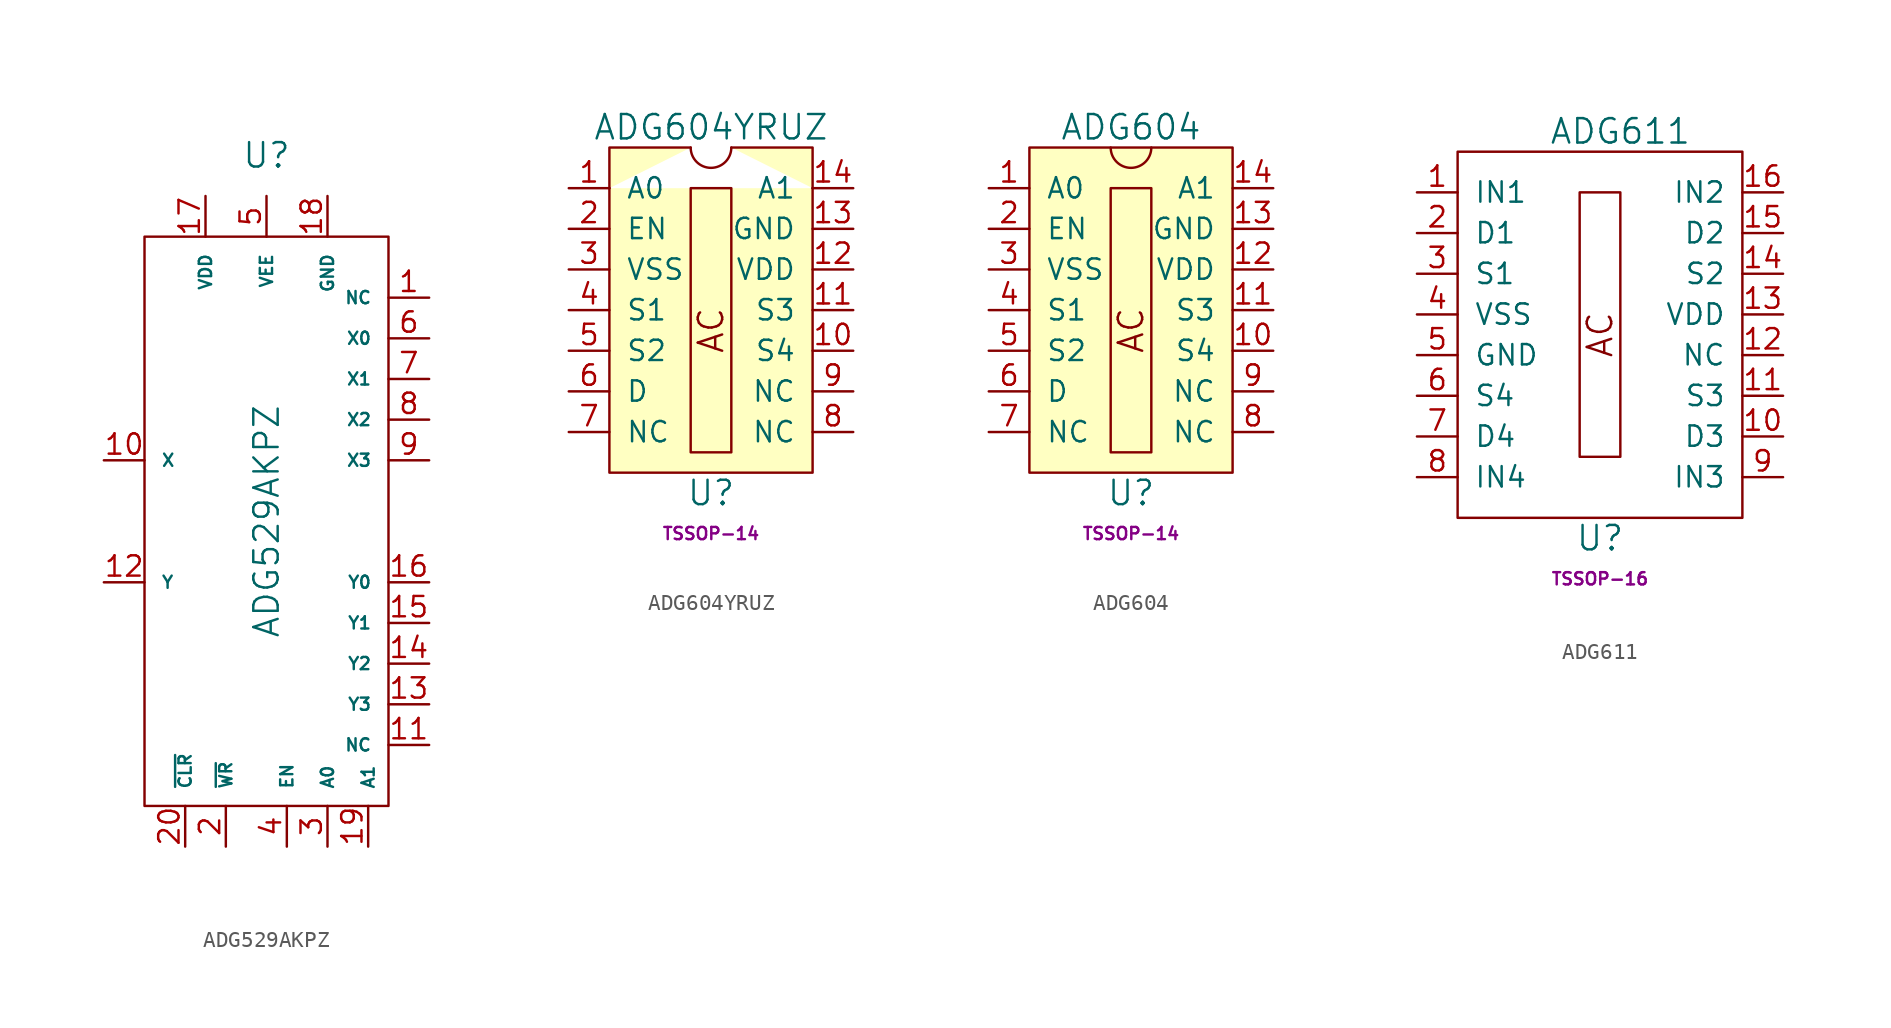
<source format=kicad_sym>
(kicad_symbol_lib
  (version 20220914)
  (generator kicad_symbol_editor)
  (symbol "ADG529AKPZ"
    (pin_names
      (offset 1.016))
    (property "Reference" "U"
      (at 0 22.86 0)
      (effects (font (size 1.524 1.524))))
    (property "Value" "ADG529AKPZ"
      (at 0 0 90)
      (effects (font (size 1.524 1.524))))
    (property "Footprint" ""
      (at 0 0 0)
      (effects (font (size 1.524 1.524))))
    (property "Datasheet" ""
      (at 0 0 0)
      (effects (font (size 1.524 1.524))))
    (symbol "ADG529AKPZ_0_1"
      (polyline (pts (xy 5.08 -17.78) (xy 7.62 -17.78) (xy 7.62 17.78) (xy -6.35 17.78) (xy -7.62 17.78) (xy -7.62 -17.78) (xy 5.08 -17.78) (xy 5.08 -17.78)) (stroke (width 0) (type default)) (fill (type none))))
    (symbol "ADG529AKPZ_1_1"
      (pin input line (at 10.16 13.97 180) (length 2.54) (name "NC" (effects (font (size 0.762 0.762)))) (number "1" (effects (font (size 1.27 1.27)))))
      (pin input line (at -10.16 3.81 0) (length 2.54) (name "X" (effects (font (size 0.762 0.762)))) (number "10" (effects (font (size 1.27 1.27)))))
      (pin input line (at 10.16 -13.97 180) (length 2.54) (name "NC" (effects (font (size 0.762 0.762)))) (number "11" (effects (font (size 1.27 1.27)))))
      (pin input line (at -10.16 -3.81 0) (length 2.54) (name "Y" (effects (font (size 0.762 0.762)))) (number "12" (effects (font (size 1.27 1.27)))))
      (pin input line (at 10.16 -11.43 180) (length 2.54) (name "Y3" (effects (font (size 0.762 0.762)))) (number "13" (effects (font (size 1.27 1.27)))))
      (pin input line (at 10.16 -8.89 180) (length 2.54) (name "Y2" (effects (font (size 0.762 0.762)))) (number "14" (effects (font (size 1.27 1.27)))))
      (pin input line (at 10.16 -6.35 180) (length 2.54) (name "Y1" (effects (font (size 0.762 0.762)))) (number "15" (effects (font (size 1.27 1.27)))))
      (pin input line (at 10.16 -3.81 180) (length 2.54) (name "Y0" (effects (font (size 0.762 0.762)))) (number "16" (effects (font (size 1.27 1.27)))))
      (pin input line (at -3.81 20.32 270) (length 2.54) (name "VDD" (effects (font (size 0.762 0.762)))) (number "17" (effects (font (size 1.27 1.27)))))
      (pin input line (at 3.81 20.32 270) (length 2.54) (name "GND" (effects (font (size 0.762 0.762)))) (number "18" (effects (font (size 1.27 1.27)))))
      (pin input line (at 6.35 -20.32 90) (length 2.54) (name "A1" (effects (font (size 0.762 0.762)))) (number "19" (effects (font (size 1.27 1.27)))))
      (pin input line (at -2.54 -20.32 90) (length 2.54) (name "~{WR}" (effects (font (size 0.762 0.762)))) (number "2" (effects (font (size 1.27 1.27)))))
      (pin passive line (at -5.08 -20.32 90) (length 2.54) (name "~{CLR}" (effects (font (size 0.762 0.762)))) (number "20" (effects (font (size 1.27 1.27)))))
      (pin input line (at 3.81 -20.32 90) (length 2.54) (name "A0" (effects (font (size 0.762 0.762)))) (number "3" (effects (font (size 1.27 1.27)))))
      (pin input line (at 1.27 -20.32 90) (length 2.54) (name "EN" (effects (font (size 0.762 0.762)))) (number "4" (effects (font (size 1.27 1.27)))))
      (pin input line (at 0 20.32 270) (length 2.54) (name "VEE" (effects (font (size 0.762 0.762)))) (number "5" (effects (font (size 1.27 1.27)))))
      (pin input line (at 10.16 11.43 180) (length 2.54) (name "X0" (effects (font (size 0.762 0.762)))) (number "6" (effects (font (size 1.27 1.27)))))
      (pin input line (at 10.16 8.89 180) (length 2.54) (name "X1" (effects (font (size 0.762 0.762)))) (number "7" (effects (font (size 1.27 1.27)))))
      (pin input line (at 10.16 6.35 180) (length 2.54) (name "X2" (effects (font (size 0.762 0.762)))) (number "8" (effects (font (size 1.27 1.27)))))
      (pin input line (at 10.16 3.81 180) (length 2.54) (name "X3" (effects (font (size 0.762 0.762)))) (number "9" (effects (font (size 1.27 1.27)))))))
  (symbol "ADG604YRUZ"
    (pin_names
      (offset 1.016))
    (property "Reference" "U"
      (at 0 -10.16 0)
      (effects (font (size 1.524 1.524))))
    (property "Value" "ADG604YRUZ"
      (at 0 12.7 0)
      (effects (font (size 1.524 1.524))))
    (property "Footprint" "TSSOP-14"
      (at 0 -12.7 0)
      (effects (font (size 0.762 0.762))))
    (property "Datasheet" ""
      (at 0 0 0)
      (effects (font (size 1.524 1.524))))
    (symbol "ADG604YRUZ_0_0"
      (text "AC" (at 0 0 900) (effects (font (size 1.524 1.524)))))
    (symbol "ADG604YRUZ_0_1"
      (arc (start -1.27 11.43) (mid 0 10.1655) (end 1.27 11.43) (stroke (width 0) (type default)) (fill (type none)))
      (polyline (pts (xy -6.35 8.89) (xy -6.35 11.43) (xy -1.27 11.43) (xy -1.27 11.43)) (stroke (width 0) (type default)) (fill (type background)))
      (polyline (pts (xy 1.27 11.43) (xy 6.35 11.43) (xy 6.35 8.89) (xy 6.35 8.89)) (stroke (width 0) (type default)) (fill (type background)))
      (polyline (pts (xy -6.35 8.89) (xy -6.35 -8.89) (xy 6.35 -8.89) (xy 6.35 8.89) (xy 6.35 8.89)) (stroke (width 0) (type default)) (fill (type background)))
      (polyline (pts (xy -1.27 8.89) (xy 1.27 8.89) (xy 1.27 -7.62) (xy -1.27 -7.62) (xy -1.27 8.89) (xy -1.27 8.89)) (stroke (width 0) (type default)) (fill (type none))))
    (symbol "ADG604YRUZ_1_1"
      (pin bidirectional line (at -8.89 8.89 0) (length 2.54) (name "A0" (effects (font (size 1.27 1.27)))) (number "1" (effects (font (size 1.27 1.27)))))
      (pin bidirectional line (at 8.89 -1.27 180) (length 2.54) (name "S4" (effects (font (size 1.27 1.27)))) (number "10" (effects (font (size 1.27 1.27)))))
      (pin bidirectional line (at 8.89 1.27 180) (length 2.54) (name "S3" (effects (font (size 1.27 1.27)))) (number "11" (effects (font (size 1.27 1.27)))))
      (pin bidirectional line (at 8.89 3.81 180) (length 2.54) (name "VDD" (effects (font (size 1.27 1.27)))) (number "12" (effects (font (size 1.27 1.27)))))
      (pin bidirectional line (at 8.89 6.35 180) (length 2.54) (name "GND" (effects (font (size 1.27 1.27)))) (number "13" (effects (font (size 1.27 1.27)))))
      (pin bidirectional line (at 8.89 8.89 180) (length 2.54) (name "A1" (effects (font (size 1.27 1.27)))) (number "14" (effects (font (size 1.27 1.27)))))
      (pin bidirectional line (at -8.89 6.35 0) (length 2.54) (name "EN" (effects (font (size 1.27 1.27)))) (number "2" (effects (font (size 1.27 1.27)))))
      (pin bidirectional line (at -8.89 3.81 0) (length 2.54) (name "VSS" (effects (font (size 1.27 1.27)))) (number "3" (effects (font (size 1.27 1.27)))))
      (pin bidirectional line (at -8.89 1.27 0) (length 2.54) (name "S1" (effects (font (size 1.27 1.27)))) (number "4" (effects (font (size 1.27 1.27)))))
      (pin bidirectional line (at -8.89 -1.27 0) (length 2.54) (name "S2" (effects (font (size 1.27 1.27)))) (number "5" (effects (font (size 1.27 1.27)))))
      (pin bidirectional line (at -8.89 -3.81 0) (length 2.54) (name "D" (effects (font (size 1.27 1.27)))) (number "6" (effects (font (size 1.27 1.27)))))
      (pin bidirectional line (at -8.89 -6.35 0) (length 2.54) (name "NC" (effects (font (size 1.27 1.27)))) (number "7" (effects (font (size 1.27 1.27)))))
      (pin bidirectional line (at 8.89 -6.35 180) (length 2.54) (name "NC" (effects (font (size 1.27 1.27)))) (number "8" (effects (font (size 1.27 1.27)))))
      (pin bidirectional line (at 8.89 -3.81 180) (length 2.54) (name "NC" (effects (font (size 1.27 1.27)))) (number "9" (effects (font (size 1.27 1.27)))))))
  (symbol "ADG604"
    (pin_names
      (offset 1.016))
    (property "Reference" "U"
      (at 0 -10.16 0)
      (effects (font (size 1.524 1.524))))
    (property "Value" "ADG604"
      (at 0 12.7 0)
      (effects (font (size 1.524 1.524))))
    (property "Footprint" "TSSOP-14"
      (at 0 -12.7 0)
      (effects (font (size 0.762 0.762))))
    (property "Datasheet" ""
      (at 0 0 0)
      (effects (font (size 1.524 1.524))))
    (symbol "ADG604_0_0"
      (text "AC" (at 0 0 900) (effects (font (size 1.524 1.524)))))
    (symbol "ADG604_0_1"
      (rectangle (start -6.35 11.43) (end 6.35 -8.89) (stroke (width 0) (type default)) (fill (type background)))
      (arc (start -1.27 11.43) (mid 0 10.1655) (end 1.27 11.43) (stroke (width 0) (type default)) (fill (type none)))
      (polyline (pts (xy -1.27 8.89) (xy 1.27 8.89) (xy 1.27 -7.62) (xy -1.27 -7.62) (xy -1.27 8.89) (xy -1.27 8.89)) (stroke (width 0) (type default)) (fill (type none))))
    (symbol "ADG604_1_1"
      (pin bidirectional line (at -8.89 8.89 0) (length 2.54) (name "A0" (effects (font (size 1.27 1.27)))) (number "1" (effects (font (size 1.27 1.27)))))
      (pin bidirectional line (at 8.89 -1.27 180) (length 2.54) (name "S4" (effects (font (size 1.27 1.27)))) (number "10" (effects (font (size 1.27 1.27)))))
      (pin bidirectional line (at 8.89 1.27 180) (length 2.54) (name "S3" (effects (font (size 1.27 1.27)))) (number "11" (effects (font (size 1.27 1.27)))))
      (pin bidirectional line (at 8.89 3.81 180) (length 2.54) (name "VDD" (effects (font (size 1.27 1.27)))) (number "12" (effects (font (size 1.27 1.27)))))
      (pin bidirectional line (at 8.89 6.35 180) (length 2.54) (name "GND" (effects (font (size 1.27 1.27)))) (number "13" (effects (font (size 1.27 1.27)))))
      (pin bidirectional line (at 8.89 8.89 180) (length 2.54) (name "A1" (effects (font (size 1.27 1.27)))) (number "14" (effects (font (size 1.27 1.27)))))
      (pin bidirectional line (at -8.89 6.35 0) (length 2.54) (name "EN" (effects (font (size 1.27 1.27)))) (number "2" (effects (font (size 1.27 1.27)))))
      (pin bidirectional line (at -8.89 3.81 0) (length 2.54) (name "VSS" (effects (font (size 1.27 1.27)))) (number "3" (effects (font (size 1.27 1.27)))))
      (pin bidirectional line (at -8.89 1.27 0) (length 2.54) (name "S1" (effects (font (size 1.27 1.27)))) (number "4" (effects (font (size 1.27 1.27)))))
      (pin bidirectional line (at -8.89 -1.27 0) (length 2.54) (name "S2" (effects (font (size 1.27 1.27)))) (number "5" (effects (font (size 1.27 1.27)))))
      (pin bidirectional line (at -8.89 -3.81 0) (length 2.54) (name "D" (effects (font (size 1.27 1.27)))) (number "6" (effects (font (size 1.27 1.27)))))
      (pin bidirectional line (at -8.89 -6.35 0) (length 2.54) (name "NC" (effects (font (size 1.27 1.27)))) (number "7" (effects (font (size 1.27 1.27)))))
      (pin bidirectional line (at 8.89 -6.35 180) (length 2.54) (name "NC" (effects (font (size 1.27 1.27)))) (number "8" (effects (font (size 1.27 1.27)))))
      (pin bidirectional line (at 8.89 -3.81 180) (length 2.54) (name "NC" (effects (font (size 1.27 1.27)))) (number "9" (effects (font (size 1.27 1.27)))))))
  (symbol "ADG611"
    (pin_names
      (offset 1.016))
    (property "Reference" "U"
      (at 0 -12.7 0)
      (effects (font (size 1.524 1.524))))
    (property "Value" "ADG611"
      (at 1.27 12.7 0)
      (effects (font (size 1.524 1.524))))
    (property "Footprint" "TSSOP-16"
      (at 0 -15.24 0)
      (effects (font (size 0.762 0.762))))
    (property "Datasheet" ""
      (at 0 0 0)
      (effects (font (size 1.524 1.524))))
    (symbol "ADG611_0_0"
      (text "AC" (at 0 0 900) (effects (font (size 1.524 1.524)))))
    (symbol "ADG611_0_1"
      (polyline (pts (xy -1.27 8.89) (xy 1.27 8.89) (xy 1.27 -7.62) (xy -1.27 -7.62) (xy -1.27 8.89) (xy -1.27 8.89)) (stroke (width 0) (type default)) (fill (type none)))
      (polyline (pts (xy -8.89 11.43) (xy -8.89 -11.43) (xy 8.89 -11.43) (xy 8.89 11.43) (xy -8.89 11.43) (xy -8.89 11.43) (xy -8.89 11.43)) (stroke (width 0) (type default)) (fill (type none))))
    (symbol "ADG611_1_1"
      (pin bidirectional line (at -11.43 8.89 0) (length 2.54) (name "IN1" (effects (font (size 1.27 1.27)))) (number "1" (effects (font (size 1.27 1.27)))))
      (pin bidirectional line (at 11.43 -6.35 180) (length 2.54) (name "D3" (effects (font (size 1.27 1.27)))) (number "10" (effects (font (size 1.27 1.27)))))
      (pin bidirectional line (at 11.43 -3.81 180) (length 2.54) (name "S3" (effects (font (size 1.27 1.27)))) (number "11" (effects (font (size 1.27 1.27)))))
      (pin bidirectional line (at 11.43 -1.27 180) (length 2.54) (name "NC" (effects (font (size 1.27 1.27)))) (number "12" (effects (font (size 1.27 1.27)))))
      (pin bidirectional line (at 11.43 1.27 180) (length 2.54) (name "VDD" (effects (font (size 1.27 1.27)))) (number "13" (effects (font (size 1.27 1.27)))))
      (pin bidirectional line (at 11.43 3.81 180) (length 2.54) (name "S2" (effects (font (size 1.27 1.27)))) (number "14" (effects (font (size 1.27 1.27)))))
      (pin bidirectional line (at 11.43 6.35 180) (length 2.54) (name "D2" (effects (font (size 1.27 1.27)))) (number "15" (effects (font (size 1.27 1.27)))))
      (pin bidirectional line (at 11.43 8.89 180) (length 2.54) (name "IN2" (effects (font (size 1.27 1.27)))) (number "16" (effects (font (size 1.27 1.27)))))
      (pin bidirectional line (at -11.43 6.35 0) (length 2.54) (name "D1" (effects (font (size 1.27 1.27)))) (number "2" (effects (font (size 1.27 1.27)))))
      (pin bidirectional line (at -11.43 3.81 0) (length 2.54) (name "S1" (effects (font (size 1.27 1.27)))) (number "3" (effects (font (size 1.27 1.27)))))
      (pin bidirectional line (at -11.43 1.27 0) (length 2.54) (name "VSS" (effects (font (size 1.27 1.27)))) (number "4" (effects (font (size 1.27 1.27)))))
      (pin bidirectional line (at -11.43 -1.27 0) (length 2.54) (name "GND" (effects (font (size 1.27 1.27)))) (number "5" (effects (font (size 1.27 1.27)))))
      (pin bidirectional line (at -11.43 -3.81 0) (length 2.54) (name "S4" (effects (font (size 1.27 1.27)))) (number "6" (effects (font (size 1.27 1.27)))))
      (pin bidirectional line (at -11.43 -6.35 0) (length 2.54) (name "D4" (effects (font (size 1.27 1.27)))) (number "7" (effects (font (size 1.27 1.27)))))
      (pin bidirectional line (at -11.43 -8.89 0) (length 2.54) (name "IN4" (effects (font (size 1.27 1.27)))) (number "8" (effects (font (size 1.27 1.27)))))
      (pin bidirectional line (at 11.43 -8.89 180) (length 2.54) (name "IN3" (effects (font (size 1.27 1.27)))) (number "9" (effects (font (size 1.27 1.27))))))))
</source>
